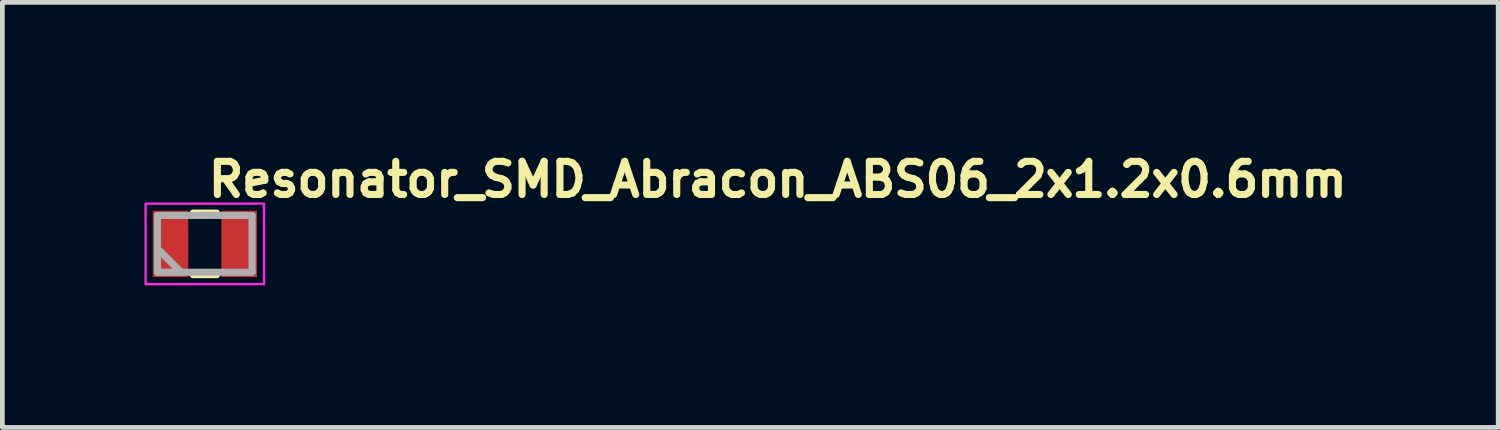
<source format=kicad_pcb>
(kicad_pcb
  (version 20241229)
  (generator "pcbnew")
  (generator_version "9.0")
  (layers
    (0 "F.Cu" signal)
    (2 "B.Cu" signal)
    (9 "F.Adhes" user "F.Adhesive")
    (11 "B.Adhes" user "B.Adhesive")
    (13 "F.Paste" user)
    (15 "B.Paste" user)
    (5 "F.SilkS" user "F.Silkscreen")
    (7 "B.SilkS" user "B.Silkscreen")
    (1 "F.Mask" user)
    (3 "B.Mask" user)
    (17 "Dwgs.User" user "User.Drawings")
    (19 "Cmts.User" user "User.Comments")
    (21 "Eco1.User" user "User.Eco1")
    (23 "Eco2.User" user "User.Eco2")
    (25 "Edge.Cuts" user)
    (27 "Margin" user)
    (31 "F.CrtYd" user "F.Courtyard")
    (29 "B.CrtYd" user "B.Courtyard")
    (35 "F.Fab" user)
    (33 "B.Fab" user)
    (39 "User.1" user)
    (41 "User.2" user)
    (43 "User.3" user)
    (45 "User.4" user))
  (footprint "Resonator_SMD_Abracon_ABS06_2x1.2x0.6mm"
    (layer "F.Cu")
    (at 1.275 2.1)
    (property "Reference" "Resonator_SMD_Abracon_ABS06_2x1.2x0.6mm" (at 0 -0.95 0) (layer "F.SilkS") (effects (font (size 0.7 0.7) (thickness 0.15)) (justify left bottom)))
    (attr smd)
    (fp_line (start -0.25 -0.65) (end 0.25 -0.65) (stroke (width 0.15) (type default)) (layer "F.SilkS"))
    (fp_line (start -0.25 0.65) (end 0.25 0.65) (stroke (width 0.15) (type default)) (layer "F.SilkS"))
    (fp_rect (start -1.25 -0.85) (end 1.25 0.85) (stroke (width 0.05) (type solid)) (fill no) (layer "F.CrtYd"))
    (fp_line (start -1 -0.6) (end -1 0.598) (stroke (width 0.15) (type solid)) (layer "F.Fab"))
    (fp_line (start -1 0.1) (end -0.5 0.598) (stroke (width 0.15) (type solid)) (layer "F.Fab"))
    (fp_line (start -1 0.598) (end 0.998 0.598) (stroke (width 0.15) (type solid)) (layer "F.Fab"))
    (fp_line (start 0.998 -0.6) (end -1 -0.6) (stroke (width 0.15) (type solid)) (layer "F.Fab"))
    (fp_line (start 0.998 0.598) (end 0.998 -0.6) (stroke (width 0.15) (type solid)) (layer "F.Fab"))
    (fp_rect (start -1.004 -0.597) (end 1.003 0.595) (stroke (width 0.1) (type solid)) (fill no) (layer "User.5"))
    (fp_line (start -1.004 -0.522) (end -1 -0.522) (stroke (width 0.02) (type solid)) (layer "User.9"))
    (fp_line (start -1.004 0.52) (end -1.004 -0.522) (stroke (width 0.02) (type solid)) (layer "User.9"))
    (fp_line (start -1 -0.522) (end -0.996 -0.523) (stroke (width 0.02) (type solid)) (layer "User.9"))
    (fp_line (start -1 0.52) (end -1.004 0.52) (stroke (width 0.02) (type solid)) (layer "User.9"))
    (fp_line (start -0.996 -0.523) (end -0.992 -0.523) (stroke (width 0.02) (type solid)) (layer "User.9"))
    (fp_line (start -0.996 0.521) (end -1 0.52) (stroke (width 0.02) (type solid)) (layer "User.9"))
    (fp_line (start -0.992 -0.523) (end -0.988 -0.524) (stroke (width 0.02) (type solid)) (layer "User.9"))
    (fp_line (start -0.992 0.521) (end -0.996 0.521) (stroke (width 0.02) (type solid)) (layer "User.9"))
    (fp_line (start -0.988 -0.524) (end -0.985 -0.525) (stroke (width 0.02) (type solid)) (layer "User.9"))
    (fp_line (start -0.988 0.522) (end -0.992 0.521) (stroke (width 0.02) (type solid)) (layer "User.9"))
    (fp_line (start -0.985 -0.525) (end -0.981 -0.526) (stroke (width 0.02) (type solid)) (layer "User.9"))
    (fp_line (start -0.985 0.523) (end -0.988 0.522) (stroke (width 0.02) (type solid)) (layer "User.9"))
    (fp_line (start -0.981 -0.526) (end -0.978 -0.527) (stroke (width 0.02) (type solid)) (layer "User.9"))
    (fp_line (start -0.981 0.524) (end -0.985 0.523) (stroke (width 0.02) (type solid)) (layer "User.9"))
    (fp_line (start -0.978 -0.527) (end -0.974 -0.528) (stroke (width 0.02) (type solid)) (layer "User.9"))
    (fp_line (start -0.978 0.525) (end -0.981 0.524) (stroke (width 0.02) (type solid)) (layer "User.9"))
    (fp_line (start -0.974 -0.528) (end -0.971 -0.53) (stroke (width 0.02) (type solid)) (layer "User.9"))
    (fp_line (start -0.974 0.526) (end -0.978 0.525) (stroke (width 0.02) (type solid)) (layer "User.9"))
    (fp_line (start -0.971 -0.53) (end -0.967 -0.531) (stroke (width 0.02) (type solid)) (layer "User.9"))
    (fp_line (start -0.971 0.528) (end -0.974 0.526) (stroke (width 0.02) (type solid)) (layer "User.9"))
    (fp_line (start -0.967 -0.531) (end -0.964 -0.533) (stroke (width 0.02) (type solid)) (layer "User.9"))
    (fp_line (start -0.967 0.529) (end -0.971 0.528) (stroke (width 0.02) (type solid)) (layer "User.9"))
    (fp_line (start -0.964 -0.533) (end -0.961 -0.535) (stroke (width 0.02) (type solid)) (layer "User.9"))
    (fp_line (start -0.964 0.531) (end -0.967 0.529) (stroke (width 0.02) (type solid)) (layer "User.9"))
    (fp_line (start -0.961 -0.535) (end -0.959 -0.537) (stroke (width 0.02) (type solid)) (layer "User.9"))
    (fp_line (start -0.961 0.533) (end -0.964 0.531) (stroke (width 0.02) (type solid)) (layer "User.9"))
    (fp_line (start -0.959 -0.537) (end -0.956 -0.54) (stroke (width 0.02) (type solid)) (layer "User.9"))
    (fp_line (start -0.959 0.535) (end -0.961 0.533) (stroke (width 0.02) (type solid)) (layer "User.9"))
    (fp_line (start -0.956 -0.54) (end -0.954 -0.542) (stroke (width 0.02) (type solid)) (layer "User.9"))
    (fp_line (start -0.956 0.538) (end -0.959 0.535) (stroke (width 0.02) (type solid)) (layer "User.9"))
    (fp_line (start -0.954 -0.542) (end -0.951 -0.545) (stroke (width 0.02) (type solid)) (layer "User.9"))
    (fp_line (start -0.954 0.54) (end -0.956 0.538) (stroke (width 0.02) (type solid)) (layer "User.9"))
    (fp_line (start -0.951 -0.545) (end -0.948 -0.547) (stroke (width 0.02) (type solid)) (layer "User.9"))
    (fp_line (start -0.951 0.543) (end -0.954 0.54) (stroke (width 0.02) (type solid)) (layer "User.9"))
    (fp_line (start -0.948 -0.547) (end -0.946 -0.55) (stroke (width 0.02) (type solid)) (layer "User.9"))
    (fp_line (start -0.948 0.545) (end -0.951 0.543) (stroke (width 0.02) (type solid)) (layer "User.9"))
    (fp_line (start -0.946 -0.55) (end -0.944 -0.553) (stroke (width 0.02) (type solid)) (layer "User.9"))
    (fp_line (start -0.946 0.548) (end -0.948 0.545) (stroke (width 0.02) (type solid)) (layer "User.9"))
    (fp_line (start -0.944 -0.553) (end -0.942 -0.556) (stroke (width 0.02) (type solid)) (layer "User.9"))
    (fp_line (start -0.944 0.551) (end -0.946 0.548) (stroke (width 0.02) (type solid)) (layer "User.9"))
    (fp_line (start -0.942 -0.556) (end -0.94 -0.559) (stroke (width 0.02) (type solid)) (layer "User.9"))
    (fp_line (start -0.942 0.554) (end -0.944 0.551) (stroke (width 0.02) (type solid)) (layer "User.9"))
    (fp_line (start -0.94 -0.559) (end -0.938 -0.562) (stroke (width 0.02) (type solid)) (layer "User.9"))
    (fp_line (start -0.94 0.557) (end -0.942 0.554) (stroke (width 0.02) (type solid)) (layer "User.9"))
    (fp_line (start -0.938 -0.562) (end -0.936 -0.565) (stroke (width 0.02) (type solid)) (layer "User.9"))
    (fp_line (start -0.938 0.56) (end -0.94 0.557) (stroke (width 0.02) (type solid)) (layer "User.9"))
    (fp_line (start -0.936 -0.565) (end -0.935 -0.569) (stroke (width 0.02) (type solid)) (layer "User.9"))
    (fp_line (start -0.936 0.563) (end -0.938 0.56) (stroke (width 0.02) (type solid)) (layer "User.9"))
    (fp_line (start -0.935 -0.569) (end -0.933 -0.572) (stroke (width 0.02) (type solid)) (layer "User.9"))
    (fp_line (start -0.935 0.567) (end -0.936 0.563) (stroke (width 0.02) (type solid)) (layer "User.9"))
    (fp_line (start -0.933 -0.572) (end -0.932 -0.576) (stroke (width 0.02) (type solid)) (layer "User.9"))
    (fp_line (start -0.933 0.57) (end -0.935 0.567) (stroke (width 0.02) (type solid)) (layer "User.9"))
    (fp_line (start -0.932 -0.576) (end -0.931 -0.578) (stroke (width 0.02) (type solid)) (layer "User.9"))
    (fp_line (start -0.932 0.574) (end -0.933 0.57) (stroke (width 0.02) (type solid)) (layer "User.9"))
    (fp_line (start -0.931 -0.578) (end -0.93 -0.582) (stroke (width 0.02) (type solid)) (layer "User.9"))
    (fp_line (start -0.931 0.576) (end -0.932 0.574) (stroke (width 0.02) (type solid)) (layer "User.9"))
    (fp_line (start -0.93 -0.582) (end -0.929 -0.586) (stroke (width 0.02) (type solid)) (layer "User.9"))
    (fp_line (start -0.93 0.58) (end -0.931 0.576) (stroke (width 0.02) (type solid)) (layer "User.9"))
    (fp_line (start -0.929 -0.597) (end 0.927 -0.597) (stroke (width 0.02) (type solid)) (layer "User.9"))
    (fp_line (start -0.929 -0.593) (end -0.929 -0.597) (stroke (width 0.02) (type solid)) (layer "User.9"))
    (fp_line (start -0.929 -0.59) (end -0.929 -0.593) (stroke (width 0.02) (type solid)) (layer "User.9"))
    (fp_line (start -0.929 -0.586) (end -0.929 -0.59) (stroke (width 0.02) (type solid)) (layer "User.9"))
    (fp_line (start -0.929 0.584) (end -0.93 0.58) (stroke (width 0.02) (type solid)) (layer "User.9"))
    (fp_line (start -0.929 0.588) (end -0.929 0.584) (stroke (width 0.02) (type solid)) (layer "User.9"))
    (fp_line (start -0.929 0.591) (end -0.929 0.588) (stroke (width 0.02) (type solid)) (layer "User.9"))
    (fp_line (start -0.929 0.595) (end -0.929 0.591) (stroke (width 0.02) (type solid)) (layer "User.9"))
    (fp_line (start -0.916 -0.44) (end -0.916 -0.436) (stroke (width 0.02) (type solid)) (layer "User.9"))
    (fp_line (start -0.916 -0.436) (end -0.916 -0.432) (stroke (width 0.02) (type solid)) (layer "User.9"))
    (fp_line (start -0.916 0.43) (end -0.916 -0.432) (stroke (width 0.02) (type solid)) (layer "User.9"))
    (fp_line (start -0.916 0.43) (end -0.916 0.434) (stroke (width 0.02) (type solid)) (layer "User.9"))
    (fp_line (start -0.916 0.434) (end -0.916 0.438) (stroke (width 0.02) (type solid)) (layer "User.9"))
    (fp_line (start -0.916 0.438) (end -0.915 0.442) (stroke (width 0.02) (type solid)) (layer "User.9"))
    (fp_line (start -0.915 -0.444) (end -0.916 -0.44) (stroke (width 0.02) (type solid)) (layer "User.9"))
    (fp_line (start -0.915 0.442) (end -0.914 0.445) (stroke (width 0.02) (type solid)) (layer "User.9"))
    (fp_line (start -0.914 -0.452) (end -0.914 -0.447) (stroke (width 0.02) (type solid)) (layer "User.9"))
    (fp_line (start -0.914 -0.447) (end -0.915 -0.444) (stroke (width 0.02) (type solid)) (layer "User.9"))
    (fp_line (start -0.914 0.445) (end -0.914 0.45) (stroke (width 0.02) (type solid)) (layer "User.9"))
    (fp_line (start -0.914 0.45) (end -0.913 0.453) (stroke (width 0.02) (type solid)) (layer "User.9"))
    (fp_line (start -0.913 -0.455) (end -0.914 -0.452) (stroke (width 0.02) (type solid)) (layer "User.9"))
    (fp_line (start -0.913 0.453) (end -0.911 0.457) (stroke (width 0.02) (type solid)) (layer "User.9"))
    (fp_line (start -0.911 -0.459) (end -0.913 -0.455) (stroke (width 0.02) (type solid)) (layer "User.9"))
    (fp_line (start -0.911 0.457) (end -0.91 0.46) (stroke (width 0.02) (type solid)) (layer "User.9"))
    (fp_line (start -0.91 -0.462) (end -0.911 -0.459) (stroke (width 0.02) (type solid)) (layer "User.9"))
    (fp_line (start -0.91 0.46) (end -0.909 0.464) (stroke (width 0.02) (type solid)) (layer "User.9"))
    (fp_line (start -0.909 -0.466) (end -0.91 -0.462) (stroke (width 0.02) (type solid)) (layer "User.9"))
    (fp_line (start -0.909 0.464) (end -0.907 0.467) (stroke (width 0.02) (type solid)) (layer "User.9"))
    (fp_line (start -0.907 -0.469) (end -0.909 -0.466) (stroke (width 0.02) (type solid)) (layer "User.9"))
    (fp_line (start -0.907 0.467) (end -0.905 0.47) (stroke (width 0.02) (type solid)) (layer "User.9"))
    (fp_line (start -0.905 -0.472) (end -0.907 -0.469) (stroke (width 0.02) (type solid)) (layer "User.9"))
    (fp_line (start -0.905 0.47) (end -0.903 0.474) (stroke (width 0.02) (type solid)) (layer "User.9"))
    (fp_line (start -0.903 -0.476) (end -0.905 -0.472) (stroke (width 0.02) (type solid)) (layer "User.9"))
    (fp_line (start -0.903 0.474) (end -0.901 0.477) (stroke (width 0.02) (type solid)) (layer "User.9"))
    (fp_line (start -0.901 -0.479) (end -0.903 -0.476) (stroke (width 0.02) (type solid)) (layer "User.9"))
    (fp_line (start -0.901 0.477) (end -0.899 0.479) (stroke (width 0.02) (type solid)) (layer "User.9"))
    (fp_line (start -0.899 -0.481) (end -0.901 -0.479) (stroke (width 0.02) (type solid)) (layer "User.9"))
    (fp_line (start -0.899 0.479) (end -0.895 0.481) (stroke (width 0.02) (type solid)) (layer "User.9"))
    (fp_line (start -0.895 -0.483) (end -0.899 -0.481) (stroke (width 0.02) (type solid)) (layer "User.9"))
    (fp_line (start -0.895 0.481) (end -0.893 0.484) (stroke (width 0.02) (type solid)) (layer "User.9"))
    (fp_line (start -0.893 -0.486) (end -0.895 -0.483) (stroke (width 0.02) (type solid)) (layer "User.9"))
    (fp_line (start -0.893 -0.486) (end -0.893 -0.486) (stroke (width 0.02) (type solid)) (layer "User.9"))
    (fp_line (start -0.893 0.484) (end -0.893 0.484) (stroke (width 0.02) (type solid)) (layer "User.9"))
    (fp_line (start -0.893 0.484) (end -0.89 0.487) (stroke (width 0.02) (type solid)) (layer "User.9"))
    (fp_line (start -0.89 -0.489) (end -0.893 -0.486) (stroke (width 0.02) (type solid)) (layer "User.9"))
    (fp_line (start -0.89 0.487) (end -0.887 0.489) (stroke (width 0.02) (type solid)) (layer "User.9"))
    (fp_line (start -0.887 -0.491) (end -0.89 -0.489) (stroke (width 0.02) (type solid)) (layer "User.9"))
    (fp_line (start -0.887 0.489) (end -0.884 0.492) (stroke (width 0.02) (type solid)) (layer "User.9"))
    (fp_line (start -0.884 -0.494) (end -0.887 -0.491) (stroke (width 0.02) (type solid)) (layer "User.9"))
    (fp_line (start -0.884 0.492) (end -0.881 0.494) (stroke (width 0.02) (type solid)) (layer "User.9"))
    (fp_line (start -0.881 -0.496) (end -0.884 -0.494) (stroke (width 0.02) (type solid)) (layer "User.9"))
    (fp_line (start -0.881 0.494) (end -0.878 0.496) (stroke (width 0.02) (type solid)) (layer "User.9"))
    (fp_line (start -0.878 -0.498) (end -0.881 -0.496) (stroke (width 0.02) (type solid)) (layer "User.9"))
    (fp_line (start -0.878 0.496) (end -0.875 0.498) (stroke (width 0.02) (type solid)) (layer "User.9"))
    (fp_line (start -0.875 -0.5) (end -0.878 -0.498) (stroke (width 0.02) (type solid)) (layer "User.9"))
    (fp_line (start -0.875 0.498) (end -0.871 0.499) (stroke (width 0.02) (type solid)) (layer "User.9"))
    (fp_line (start -0.871 -0.501) (end -0.875 -0.5) (stroke (width 0.02) (type solid)) (layer "User.9"))
    (fp_line (start -0.871 0.499) (end -0.868 0.501) (stroke (width 0.02) (type solid)) (layer "User.9"))
    (fp_line (start -0.868 -0.503) (end -0.871 -0.501) (stroke (width 0.02) (type solid)) (layer "User.9"))
    (fp_line (start -0.868 0.501) (end -0.864 0.502) (stroke (width 0.02) (type solid)) (layer "User.9"))
    (fp_line (start -0.864 -0.504) (end -0.868 -0.503) (stroke (width 0.02) (type solid)) (layer "User.9"))
    (fp_line (start -0.864 0.502) (end -0.861 0.503) (stroke (width 0.02) (type solid)) (layer "User.9"))
    (fp_line (start -0.861 -0.505) (end -0.864 -0.504) (stroke (width 0.02) (type solid)) (layer "User.9"))
    (fp_line (start -0.861 0.503) (end -0.857 0.504) (stroke (width 0.02) (type solid)) (layer "User.9"))
    (fp_line (start -0.857 -0.506) (end -0.861 -0.505) (stroke (width 0.02) (type solid)) (layer "User.9"))
    (fp_line (start -0.857 0.504) (end -0.854 0.505) (stroke (width 0.02) (type solid)) (layer "User.9"))
    (fp_line (start -0.854 -0.507) (end -0.857 -0.506) (stroke (width 0.02) (type solid)) (layer "User.9"))
    (fp_line (start -0.854 0.505) (end -0.85 0.506) (stroke (width 0.02) (type solid)) (layer "User.9"))
    (fp_line (start -0.85 -0.508) (end -0.854 -0.507) (stroke (width 0.02) (type solid)) (layer "User.9"))
    (fp_line (start -0.85 0.506) (end -0.846 0.506) (stroke (width 0.02) (type solid)) (layer "User.9"))
    (fp_line (start -0.846 -0.508) (end -0.85 -0.508) (stroke (width 0.02) (type solid)) (layer "User.9"))
    (fp_line (start -0.846 0.506) (end -0.842 0.506) (stroke (width 0.02) (type solid)) (layer "User.9"))
    (fp_line (start -0.842 -0.508) (end -0.846 -0.508) (stroke (width 0.02) (type solid)) (layer "User.9"))
    (fp_line (start -0.842 0.506) (end -0.839 0.506) (stroke (width 0.02) (type solid)) (layer "User.9"))
    (fp_line (start -0.839 -0.508) (end -0.842 -0.508) (stroke (width 0.02) (type solid)) (layer "User.9"))
    (fp_line (start -0.839 -0.508) (end 0.837 -0.508) (stroke (width 0.02) (type solid)) (layer "User.9"))
    (fp_line (start 0.837 0.506) (end -0.839 0.506) (stroke (width 0.02) (type solid)) (layer "User.9"))
    (fp_line (start 0.837 0.506) (end 0.84 0.506) (stroke (width 0.02) (type solid)) (layer "User.9"))
    (fp_line (start 0.84 -0.508) (end 0.837 -0.508) (stroke (width 0.02) (type solid)) (layer "User.9"))
    (fp_line (start 0.84 0.506) (end 0.844 0.506) (stroke (width 0.02) (type solid)) (layer "User.9"))
    (fp_line (start 0.844 -0.508) (end 0.84 -0.508) (stroke (width 0.02) (type solid)) (layer "User.9"))
    (fp_line (start 0.844 0.506) (end 0.848 0.506) (stroke (width 0.02) (type solid)) (layer "User.9"))
    (fp_line (start 0.848 -0.508) (end 0.844 -0.508) (stroke (width 0.02) (type solid)) (layer "User.9"))
    (fp_line (start 0.848 0.506) (end 0.852 0.505) (stroke (width 0.02) (type solid)) (layer "User.9"))
    (fp_line (start 0.852 -0.507) (end 0.848 -0.508) (stroke (width 0.02) (type solid)) (layer "User.9"))
    (fp_line (start 0.852 0.505) (end 0.855 0.504) (stroke (width 0.02) (type solid)) (layer "User.9"))
    (fp_line (start 0.855 -0.506) (end 0.852 -0.507) (stroke (width 0.02) (type solid)) (layer "User.9"))
    (fp_line (start 0.855 0.504) (end 0.859 0.503) (stroke (width 0.02) (type solid)) (layer "User.9"))
    (fp_line (start 0.859 -0.505) (end 0.855 -0.506) (stroke (width 0.02) (type solid)) (layer "User.9"))
    (fp_line (start 0.859 0.503) (end 0.862 0.502) (stroke (width 0.02) (type solid)) (layer "User.9"))
    (fp_line (start 0.862 -0.504) (end 0.859 -0.505) (stroke (width 0.02) (type solid)) (layer "User.9"))
    (fp_line (start 0.862 0.502) (end 0.866 0.501) (stroke (width 0.02) (type solid)) (layer "User.9"))
    (fp_line (start 0.866 -0.503) (end 0.862 -0.504) (stroke (width 0.02) (type solid)) (layer "User.9"))
    (fp_line (start 0.866 0.501) (end 0.869 0.499) (stroke (width 0.02) (type solid)) (layer "User.9"))
    (fp_line (start 0.869 -0.501) (end 0.866 -0.503) (stroke (width 0.02) (type solid)) (layer "User.9"))
    (fp_line (start 0.869 0.499) (end 0.873 0.498) (stroke (width 0.02) (type solid)) (layer "User.9"))
    (fp_line (start 0.873 -0.5) (end 0.869 -0.501) (stroke (width 0.02) (type solid)) (layer "User.9"))
    (fp_line (start 0.873 0.498) (end 0.876 0.496) (stroke (width 0.02) (type solid)) (layer "User.9"))
    (fp_line (start 0.876 -0.498) (end 0.873 -0.5) (stroke (width 0.02) (type solid)) (layer "User.9"))
    (fp_line (start 0.876 0.496) (end 0.879 0.494) (stroke (width 0.02) (type solid)) (layer "User.9"))
    (fp_line (start 0.879 -0.496) (end 0.876 -0.498) (stroke (width 0.02) (type solid)) (layer "User.9"))
    (fp_line (start 0.879 0.494) (end 0.882 0.492) (stroke (width 0.02) (type solid)) (layer "User.9"))
    (fp_line (start 0.882 -0.494) (end 0.879 -0.496) (stroke (width 0.02) (type solid)) (layer "User.9"))
    (fp_line (start 0.882 0.492) (end 0.885 0.489) (stroke (width 0.02) (type solid)) (layer "User.9"))
    (fp_line (start 0.885 -0.491) (end 0.882 -0.494) (stroke (width 0.02) (type solid)) (layer "User.9"))
    (fp_line (start 0.885 0.489) (end 0.888 0.487) (stroke (width 0.02) (type solid)) (layer "User.9"))
    (fp_line (start 0.888 -0.489) (end 0.885 -0.491) (stroke (width 0.02) (type solid)) (layer "User.9"))
    (fp_line (start 0.888 0.487) (end 0.891 0.484) (stroke (width 0.02) (type solid)) (layer "User.9"))
    (fp_line (start 0.891 -0.486) (end 0.888 -0.489) (stroke (width 0.02) (type solid)) (layer "User.9"))
    (fp_line (start 0.891 -0.486) (end 0.891 -0.486) (stroke (width 0.02) (type solid)) (layer "User.9"))
    (fp_line (start 0.891 0.484) (end 0.891 0.484) (stroke (width 0.02) (type solid)) (layer "User.9"))
    (fp_line (start 0.891 0.484) (end 0.893 0.481) (stroke (width 0.02) (type solid)) (layer "User.9"))
    (fp_line (start 0.893 -0.483) (end 0.891 -0.486) (stroke (width 0.02) (type solid)) (layer "User.9"))
    (fp_line (start 0.893 0.481) (end 0.897 0.479) (stroke (width 0.02) (type solid)) (layer "User.9"))
    (fp_line (start 0.897 -0.481) (end 0.893 -0.483) (stroke (width 0.02) (type solid)) (layer "User.9"))
    (fp_line (start 0.897 0.479) (end 0.899 0.477) (stroke (width 0.02) (type solid)) (layer "User.9"))
    (fp_line (start 0.899 -0.479) (end 0.897 -0.481) (stroke (width 0.02) (type solid)) (layer "User.9"))
    (fp_line (start 0.899 0.477) (end 0.901 0.474) (stroke (width 0.02) (type solid)) (layer "User.9"))
    (fp_line (start 0.901 -0.476) (end 0.899 -0.479) (stroke (width 0.02) (type solid)) (layer "User.9"))
    (fp_line (start 0.901 0.474) (end 0.903 0.47) (stroke (width 0.02) (type solid)) (layer "User.9"))
    (fp_line (start 0.903 -0.472) (end 0.901 -0.476) (stroke (width 0.02) (type solid)) (layer "User.9"))
    (fp_line (start 0.903 0.47) (end 0.905 0.467) (stroke (width 0.02) (type solid)) (layer "User.9"))
    (fp_line (start 0.905 -0.469) (end 0.903 -0.472) (stroke (width 0.02) (type solid)) (layer "User.9"))
    (fp_line (start 0.905 0.467) (end 0.907 0.464) (stroke (width 0.02) (type solid)) (layer "User.9"))
    (fp_line (start 0.907 -0.466) (end 0.905 -0.469) (stroke (width 0.02) (type solid)) (layer "User.9"))
    (fp_line (start 0.907 0.464) (end 0.908 0.46) (stroke (width 0.02) (type solid)) (layer "User.9"))
    (fp_line (start 0.908 -0.462) (end 0.907 -0.466) (stroke (width 0.02) (type solid)) (layer "User.9"))
    (fp_line (start 0.908 0.46) (end 0.909 0.457) (stroke (width 0.02) (type solid)) (layer "User.9"))
    (fp_line (start 0.909 -0.459) (end 0.908 -0.462) (stroke (width 0.02) (type solid)) (layer "User.9"))
    (fp_line (start 0.909 0.457) (end 0.911 0.453) (stroke (width 0.02) (type solid)) (layer "User.9"))
    (fp_line (start 0.911 -0.455) (end 0.909 -0.459) (stroke (width 0.02) (type solid)) (layer "User.9"))
    (fp_line (start 0.911 0.453) (end 0.912 0.45) (stroke (width 0.02) (type solid)) (layer "User.9"))
    (fp_line (start 0.912 -0.452) (end 0.911 -0.455) (stroke (width 0.02) (type solid)) (layer "User.9"))
    (fp_line (start 0.912 -0.447) (end 0.912 -0.452) (stroke (width 0.02) (type solid)) (layer "User.9"))
    (fp_line (start 0.912 0.445) (end 0.913 0.442) (stroke (width 0.02) (type solid)) (layer "User.9"))
    (fp_line (start 0.912 0.45) (end 0.912 0.445) (stroke (width 0.02) (type solid)) (layer "User.9"))
    (fp_line (start 0.913 -0.444) (end 0.912 -0.447) (stroke (width 0.02) (type solid)) (layer "User.9"))
    (fp_line (start 0.913 0.442) (end 0.914 0.438) (stroke (width 0.02) (type solid)) (layer "User.9"))
    (fp_line (start 0.914 -0.44) (end 0.913 -0.444) (stroke (width 0.02) (type solid)) (layer "User.9"))
    (fp_line (start 0.914 -0.436) (end 0.914 -0.44) (stroke (width 0.02) (type solid)) (layer "User.9"))
    (fp_line (start 0.914 -0.432) (end 0.914 -0.436) (stroke (width 0.02) (type solid)) (layer "User.9"))
    (fp_line (start 0.914 -0.432) (end 0.914 0.43) (stroke (width 0.02) (type solid)) (layer "User.9"))
    (fp_line (start 0.914 0.434) (end 0.914 0.43) (stroke (width 0.02) (type solid)) (layer "User.9"))
    (fp_line (start 0.914 0.438) (end 0.914 0.434) (stroke (width 0.02) (type solid)) (layer "User.9"))
    (fp_line (start 0.927 -0.597) (end 0.927 -0.593) (stroke (width 0.02) (type solid)) (layer "User.9"))
    (fp_line (start 0.927 -0.593) (end 0.927 -0.59) (stroke (width 0.02) (type solid)) (layer "User.9"))
    (fp_line (start 0.927 -0.59) (end 0.927 -0.586) (stroke (width 0.02) (type solid)) (layer "User.9"))
    (fp_line (start 0.927 -0.586) (end 0.928 -0.582) (stroke (width 0.02) (type solid)) (layer "User.9"))
    (fp_line (start 0.927 0.584) (end 0.927 0.588) (stroke (width 0.02) (type solid)) (layer "User.9"))
    (fp_line (start 0.927 0.588) (end 0.927 0.591) (stroke (width 0.02) (type solid)) (layer "User.9"))
    (fp_line (start 0.927 0.591) (end 0.927 0.595) (stroke (width 0.02) (type solid)) (layer "User.9"))
    (fp_line (start 0.927 0.595) (end -0.929 0.595) (stroke (width 0.02) (type solid)) (layer "User.9"))
    (fp_line (start 0.928 -0.582) (end 0.929 -0.578) (stroke (width 0.02) (type solid)) (layer "User.9"))
    (fp_line (start 0.928 0.58) (end 0.927 0.584) (stroke (width 0.02) (type solid)) (layer "User.9"))
    (fp_line (start 0.929 -0.578) (end 0.93 -0.576) (stroke (width 0.02) (type solid)) (layer "User.9"))
    (fp_line (start 0.929 0.576) (end 0.928 0.58) (stroke (width 0.02) (type solid)) (layer "User.9"))
    (fp_line (start 0.93 -0.576) (end 0.931 -0.572) (stroke (width 0.02) (type solid)) (layer "User.9"))
    (fp_line (start 0.93 0.574) (end 0.929 0.576) (stroke (width 0.02) (type solid)) (layer "User.9"))
    (fp_line (start 0.931 -0.572) (end 0.933 -0.569) (stroke (width 0.02) (type solid)) (layer "User.9"))
    (fp_line (start 0.931 0.57) (end 0.93 0.574) (stroke (width 0.02) (type solid)) (layer "User.9"))
    (fp_line (start 0.933 -0.569) (end 0.934 -0.565) (stroke (width 0.02) (type solid)) (layer "User.9"))
    (fp_line (start 0.933 0.567) (end 0.931 0.57) (stroke (width 0.02) (type solid)) (layer "User.9"))
    (fp_line (start 0.934 -0.565) (end 0.936 -0.562) (stroke (width 0.02) (type solid)) (layer "User.9"))
    (fp_line (start 0.934 0.563) (end 0.933 0.567) (stroke (width 0.02) (type solid)) (layer "User.9"))
    (fp_line (start 0.936 -0.562) (end 0.938 -0.559) (stroke (width 0.02) (type solid)) (layer "User.9"))
    (fp_line (start 0.936 0.56) (end 0.934 0.563) (stroke (width 0.02) (type solid)) (layer "User.9"))
    (fp_line (start 0.938 -0.559) (end 0.94 -0.556) (stroke (width 0.02) (type solid)) (layer "User.9"))
    (fp_line (start 0.938 0.557) (end 0.936 0.56) (stroke (width 0.02) (type solid)) (layer "User.9"))
    (fp_line (start 0.94 -0.556) (end 0.942 -0.553) (stroke (width 0.02) (type solid)) (layer "User.9"))
    (fp_line (start 0.94 0.554) (end 0.938 0.557) (stroke (width 0.02) (type solid)) (layer "User.9"))
    (fp_line (start 0.942 -0.553) (end 0.944 -0.55) (stroke (width 0.02) (type solid)) (layer "User.9"))
    (fp_line (start 0.942 0.551) (end 0.94 0.554) (stroke (width 0.02) (type solid)) (layer "User.9"))
    (fp_line (start 0.944 -0.55) (end 0.946 -0.547) (stroke (width 0.02) (type solid)) (layer "User.9"))
    (fp_line (start 0.944 0.548) (end 0.942 0.551) (stroke (width 0.02) (type solid)) (layer "User.9"))
    (fp_line (start 0.946 -0.547) (end 0.949 -0.545) (stroke (width 0.02) (type solid)) (layer "User.9"))
    (fp_line (start 0.946 0.545) (end 0.944 0.548) (stroke (width 0.02) (type solid)) (layer "User.9"))
    (fp_line (start 0.949 -0.545) (end 0.952 -0.542) (stroke (width 0.02) (type solid)) (layer "User.9"))
    (fp_line (start 0.949 0.543) (end 0.946 0.545) (stroke (width 0.02) (type solid)) (layer "User.9"))
    (fp_line (start 0.952 -0.542) (end 0.954 -0.54) (stroke (width 0.02) (type solid)) (layer "User.9"))
    (fp_line (start 0.952 0.54) (end 0.949 0.543) (stroke (width 0.02) (type solid)) (layer "User.9"))
    (fp_line (start 0.954 -0.54) (end 0.957 -0.537) (stroke (width 0.02) (type solid)) (layer "User.9"))
    (fp_line (start 0.954 0.538) (end 0.952 0.54) (stroke (width 0.02) (type solid)) (layer "User.9"))
    (fp_line (start 0.957 -0.537) (end 0.959 -0.535) (stroke (width 0.02) (type solid)) (layer "User.9"))
    (fp_line (start 0.957 0.535) (end 0.954 0.538) (stroke (width 0.02) (type solid)) (layer "User.9"))
    (fp_line (start 0.959 -0.535) (end 0.962 -0.533) (stroke (width 0.02) (type solid)) (layer "User.9"))
    (fp_line (start 0.959 0.533) (end 0.957 0.535) (stroke (width 0.02) (type solid)) (layer "User.9"))
    (fp_line (start 0.962 -0.533) (end 0.965 -0.531) (stroke (width 0.02) (type solid)) (layer "User.9"))
    (fp_line (start 0.962 0.531) (end 0.959 0.533) (stroke (width 0.02) (type solid)) (layer "User.9"))
    (fp_line (start 0.965 -0.531) (end 0.969 -0.53) (stroke (width 0.02) (type solid)) (layer "User.9"))
    (fp_line (start 0.965 0.529) (end 0.962 0.531) (stroke (width 0.02) (type solid)) (layer "User.9"))
    (fp_line (start 0.969 -0.53) (end 0.972 -0.528) (stroke (width 0.02) (type solid)) (layer "User.9"))
    (fp_line (start 0.969 0.528) (end 0.965 0.529) (stroke (width 0.02) (type solid)) (layer "User.9"))
    (fp_line (start 0.972 -0.528) (end 0.976 -0.527) (stroke (width 0.02) (type solid)) (layer "User.9"))
    (fp_line (start 0.972 0.526) (end 0.969 0.528) (stroke (width 0.02) (type solid)) (layer "User.9"))
    (fp_line (start 0.976 -0.527) (end 0.979 -0.526) (stroke (width 0.02) (type solid)) (layer "User.9"))
    (fp_line (start 0.976 0.525) (end 0.972 0.526) (stroke (width 0.02) (type solid)) (layer "User.9"))
    (fp_line (start 0.979 -0.526) (end 0.983 -0.525) (stroke (width 0.02) (type solid)) (layer "User.9"))
    (fp_line (start 0.979 0.524) (end 0.976 0.525) (stroke (width 0.02) (type solid)) (layer "User.9"))
    (fp_line (start 0.983 -0.525) (end 0.986 -0.524) (stroke (width 0.02) (type solid)) (layer "User.9"))
    (fp_line (start 0.983 0.523) (end 0.979 0.524) (stroke (width 0.02) (type solid)) (layer "User.9"))
    (fp_line (start 0.986 -0.524) (end 0.99 -0.523) (stroke (width 0.02) (type solid)) (layer "User.9"))
    (fp_line (start 0.986 0.522) (end 0.983 0.523) (stroke (width 0.02) (type solid)) (layer "User.9"))
    (fp_line (start 0.99 -0.523) (end 0.994 -0.523) (stroke (width 0.02) (type solid)) (layer "User.9"))
    (fp_line (start 0.99 0.521) (end 0.986 0.522) (stroke (width 0.02) (type solid)) (layer "User.9"))
    (fp_line (start 0.994 -0.523) (end 0.998 -0.522) (stroke (width 0.02) (type solid)) (layer "User.9"))
    (fp_line (start 0.994 0.521) (end 0.99 0.521) (stroke (width 0.02) (type solid)) (layer "User.9"))
    (fp_line (start 0.998 -0.522) (end 1.003 -0.522) (stroke (width 0.02) (type solid)) (layer "User.9"))
    (fp_line (start 0.998 0.52) (end 0.994 0.521) (stroke (width 0.02) (type solid)) (layer "User.9"))
    (fp_line (start 1.003 -0.522) (end 1.003 0.52) (stroke (width 0.02) (type solid)) (layer "User.9"))
    (fp_line (start 1.003 0.52) (end 0.998 0.52) (stroke (width 0.02) (type solid)) (layer "User.9"))
    (pad "1" smd rect (at -0.725 0) (size 0.75 1.4) (layers "F.Cu" "F.Mask" "F.Paste"))
    (pad "2" smd rect (at 0.725 0) (size 0.75 1.4) (layers "F.Cu" "F.Mask" "F.Paste")))
  (gr_rect
    (start -3 -3)
    (end 28.585 5.975)
    (stroke (width 0.1) (type default))
    (fill no)
    (layer "Edge.Cuts")))
</source>
